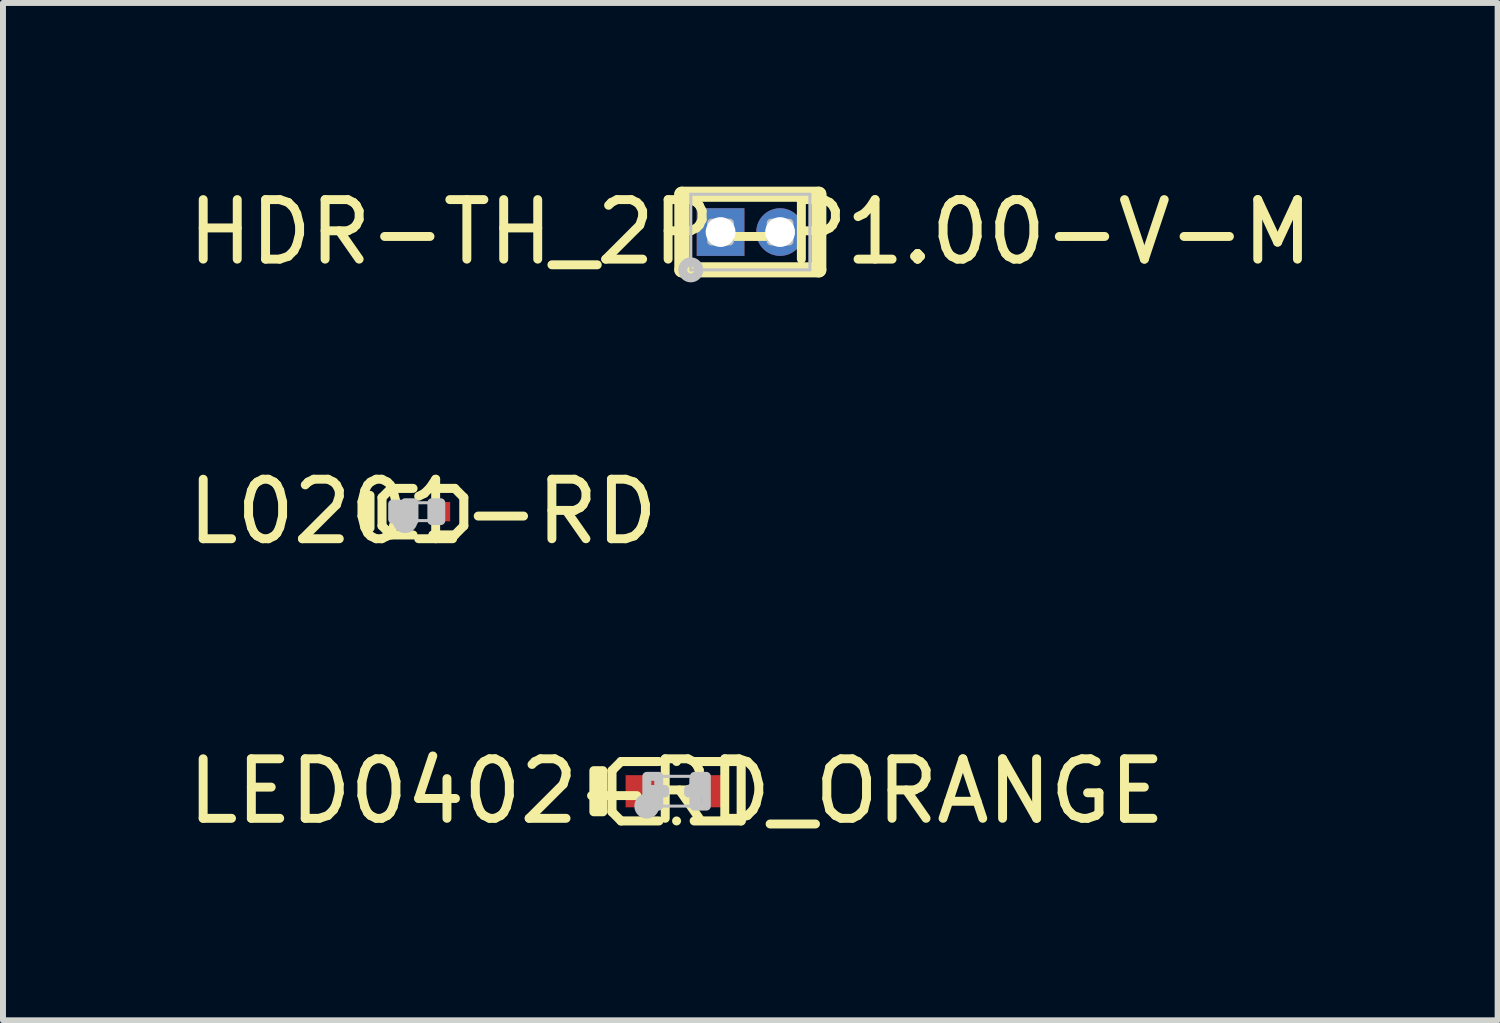
<source format=kicad_pcb>
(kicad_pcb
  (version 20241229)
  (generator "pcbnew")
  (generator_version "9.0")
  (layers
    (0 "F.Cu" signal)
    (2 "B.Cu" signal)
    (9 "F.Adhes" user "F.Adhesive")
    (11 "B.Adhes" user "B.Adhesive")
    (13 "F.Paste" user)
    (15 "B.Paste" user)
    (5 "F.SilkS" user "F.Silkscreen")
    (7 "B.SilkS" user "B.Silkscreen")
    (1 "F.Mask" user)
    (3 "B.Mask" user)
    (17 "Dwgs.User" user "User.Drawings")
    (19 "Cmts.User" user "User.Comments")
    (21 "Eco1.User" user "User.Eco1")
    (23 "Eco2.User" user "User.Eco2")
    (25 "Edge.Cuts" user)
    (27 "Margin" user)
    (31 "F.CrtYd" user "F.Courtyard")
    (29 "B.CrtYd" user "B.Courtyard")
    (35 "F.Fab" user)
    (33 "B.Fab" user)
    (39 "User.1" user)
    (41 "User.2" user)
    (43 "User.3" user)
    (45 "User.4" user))
  (footprint "L0201-RD"
    (layer "F.Cu")
    (at 4.054 5.545)
    (property "Reference" "L0201-RD" (at 0 0 0) (layer "F.SilkS") (effects (font (size 1 1) (thickness 0.15))))
    (fp_line (start -0.889 0.274) (end -0.889 -0.274) (stroke (width 0.152) (type solid)) (layer "F.SilkS"))
    (fp_line (start -0.687 -0.238) (end -0.535 -0.391) (stroke (width 0.152) (type solid)) (layer "F.SilkS"))
    (fp_line (start -0.687 0.238) (end -0.687 -0.238) (stroke (width 0.152) (type solid)) (layer "F.SilkS"))
    (fp_line (start -0.535 -0.391) (end -0.166 -0.391) (stroke (width 0.152) (type solid)) (layer "F.SilkS"))
    (fp_line (start -0.535 0.391) (end -0.687 0.238) (stroke (width 0.152) (type solid)) (layer "F.SilkS"))
    (fp_line (start -0.166 0.391) (end -0.535 0.391) (stroke (width 0.152) (type solid)) (layer "F.SilkS"))
    (fp_line (start 0.166 0.391) (end 0.535 0.391) (stroke (width 0.152) (type solid)) (layer "F.SilkS"))
    (fp_line (start 0.535 -0.391) (end 0.166 -0.391) (stroke (width 0.152) (type solid)) (layer "F.SilkS"))
    (fp_line (start 0.535 0.391) (end 0.687 0.238) (stroke (width 0.152) (type solid)) (layer "F.SilkS"))
    (fp_line (start 0.687 -0.238) (end 0.535 -0.391) (stroke (width 0.152) (type solid)) (layer "F.SilkS"))
    (fp_line (start 0.687 0.238) (end 0.687 -0.238) (stroke (width 0.152) (type solid)) (layer "F.SilkS"))
    (fp_poly (pts (xy -0.081 0.138) (xy -0.081 -0.138) (xy -0.105 -0.162) (xy -0.434 -0.162) (xy -0.458 -0.138) (xy -0.458 0.138) (xy -0.434 0.162) (xy -0.105 0.162) (xy -0.081 0.138)) (stroke (width 0.15) (type solid)) (fill yes) (layer "F.Paste"))
    (fp_poly (pts (xy 0.081 0.138) (xy 0.081 -0.138) (xy 0.105 -0.162) (xy 0.434 -0.162) (xy 0.458 -0.138) (xy 0.458 0.138) (xy 0.434 0.162) (xy 0.105 0.162) (xy 0.081 0.138)) (stroke (width 0.15) (type solid)) (fill yes) (layer "F.Paste"))
    (fp_line (start -0.3 -0.15) (end 0.3 -0.15) (stroke (width 0.051) (type solid)) (layer "Dwgs.User"))
    (fp_line (start -0.3 0.15) (end -0.3 -0.15) (stroke (width 0.051) (type solid)) (layer "Dwgs.User"))
    (fp_line (start 0.3 -0.15) (end 0.3 0.15) (stroke (width 0.051) (type solid)) (layer "Dwgs.User"))
    (fp_line (start 0.3 0.15) (end -0.3 0.15) (stroke (width 0.051) (type solid)) (layer "Dwgs.User"))
    (fp_circle (center -0.3 0.15) (end -0.24 0.15) (stroke (width 0.15) (type solid)) (fill no) (layer "Dwgs.User"))
    (fp_poly (pts (xy -0.508 0.127) (xy -0.381 0.127) (xy -0.381 -0.127) (xy -0.508 -0.127) (xy -0.508 0.127)) (stroke (width 0.15) (type solid)) (fill no) (layer "Dwgs.User"))
    (fp_poly (pts (xy -0.3 0.15) (xy -0.3 -0.15) (xy -0.15 -0.15) (xy -0.15 0.15) (xy -0.3 0.15)) (stroke (width 0.15) (type solid)) (fill no) (layer "Dwgs.User"))
    (fp_poly (pts (xy 0.3 0.15) (xy 0.3 -0.15) (xy 0.15 -0.15) (xy 0.15 0.15) (xy 0.3 0.15)) (stroke (width 0.15) (type solid)) (fill no) (layer "Dwgs.User"))
    (pad "1" smd rect (at -0.274 0) (size 0.368 0.324) (layers "F.Cu" "F.Mask"))
    (pad "2" smd rect (at 0.274 0) (size 0.368 0.324) (layers "F.Cu" "F.Mask")))
  (footprint "LED0402-RD_ORANGE"
    (layer "F.Cu")
    (at 8.315 10.241)
    (property "Reference" "LED0402-RD_ORANGE" (at 0 0 0) (layer "F.SilkS") (effects (font (size 1 1) (thickness 0.15))))
    (fp_line (start -1.085 -0.346) (end -0.933 -0.499) (stroke (width 0.152) (type solid)) (layer "F.SilkS"))
    (fp_line (start -1.085 0.346) (end -1.085 -0.346) (stroke (width 0.152) (type solid)) (layer "F.SilkS"))
    (fp_line (start -0.933 -0.499) (end -0.296 -0.499) (stroke (width 0.152) (type solid)) (layer "F.SilkS"))
    (fp_line (start -0.933 0.499) (end -1.085 0.346) (stroke (width 0.152) (type solid)) (layer "F.SilkS"))
    (fp_line (start -0.296 0.499) (end -0.933 0.499) (stroke (width 0.152) (type solid)) (layer "F.SilkS"))
    (fp_line (start 0.296 0.499) (end 1.085 0.499) (stroke (width 0.152) (type solid)) (layer "F.SilkS"))
    (fp_line (start 1.085 -0.499) (end 0.296 -0.499) (stroke (width 0.152) (type solid)) (layer "F.SilkS"))
    (fp_line (start 1.085 0.499) (end 1.085 -0.499) (stroke (width 0.152) (type solid)) (layer "F.SilkS"))
    (fp_circle (center 0 -0.499) (end 0.038 -0.499) (stroke (width 0.076) (type solid)) (fill no) (layer "F.SilkS"))
    (fp_circle (center 0 0.499) (end 0.038 0.499) (stroke (width 0.076) (type solid)) (fill no) (layer "F.SilkS"))
    (fp_poly (pts (xy -1.238 0.346) (xy -1.238 -0.346) (xy -1.39 -0.346) (xy -1.39 0.346) (xy -1.238 0.346)) (stroke (width 0.15) (type solid)) (fill yes) (layer "F.SilkS"))
    (fp_poly (pts (xy -0.198 0.23) (xy -0.198 -0.23) (xy -0.238 -0.27) (xy -0.817 -0.27) (xy -0.857 -0.23) (xy -0.857 0.23) (xy -0.817 0.27) (xy -0.238 0.27) (xy -0.198 0.23)) (stroke (width 0.15) (type solid)) (fill yes) (layer "F.Paste"))
    (fp_poly (pts (xy 0.198 0.23) (xy 0.198 -0.23) (xy 0.238 -0.27) (xy 0.817 -0.27) (xy 0.857 -0.23) (xy 0.857 0.23) (xy 0.817 0.27) (xy 0.238 0.27) (xy 0.198 0.23)) (stroke (width 0.15) (type solid)) (fill yes) (layer "F.Paste"))
    (fp_line (start -0.5 -0.25) (end 0.5 -0.25) (stroke (width 0.051) (type solid)) (layer "Dwgs.User"))
    (fp_line (start -0.5 0.25) (end -0.5 -0.25) (stroke (width 0.051) (type solid)) (layer "Dwgs.User"))
    (fp_line (start 0.5 -0.25) (end 0.5 0.25) (stroke (width 0.051) (type solid)) (layer "Dwgs.User"))
    (fp_line (start 0.5 0.25) (end -0.5 0.25) (stroke (width 0.051) (type solid)) (layer "Dwgs.User"))
    (fp_circle (center -0.5 0.25) (end -0.44 0.25) (stroke (width 0.15) (type solid)) (fill no) (layer "Dwgs.User"))
    (fp_poly (pts (xy -0.5 0.25) (xy -0.5 -0.25) (xy -0.3 -0.25) (xy -0.3 0.25) (xy -0.5 0.25)) (stroke (width 0.15) (type solid)) (fill no) (layer "Dwgs.User"))
    (fp_poly (pts (xy -0.44 0.03) (xy -0.44 -0.03) (xy -0.2 -0.03) (xy -0.2 0.03) (xy -0.44 0.03)) (stroke (width 0.15) (type solid)) (fill no) (layer "Dwgs.User"))
    (fp_poly (pts (xy 0.35 0.2) (xy 0.35 -0.2) (xy 0.29 -0.2) (xy 0.29 0.2) (xy 0.35 0.2)) (stroke (width 0.15) (type solid)) (fill no) (layer "Dwgs.User"))
    (fp_poly (pts (xy 0.44 0.03) (xy 0.44 -0.03) (xy 0.2 -0.03) (xy 0.2 0.03) (xy 0.44 0.03)) (stroke (width 0.15) (type solid)) (fill no) (layer "Dwgs.User"))
    (fp_poly (pts (xy 0.5 0.25) (xy 0.5 -0.25) (xy 0.3 -0.25) (xy 0.3 0.25) (xy 0.5 0.25)) (stroke (width 0.15) (type solid)) (fill no) (layer "Dwgs.User"))
    (pad "1" smd rect (at -0.538 0) (size 0.636 0.54) (layers "F.Cu" "F.Mask"))
    (pad "2" smd rect (at 0.538 0) (size 0.636 0.54) (layers "F.Cu" "F.Mask")))
  (footprint "HDR-TH_2P-P1.00-V-M"
    (layer "F.Cu")
    (at 9.554 0.848)
    (property "Reference" "HDR-TH_2P-P1.00-V-M" (at 0 0 0) (layer "F.SilkS") (effects (font (size 1 1) (thickness 0.15))))
    (fp_line (start -1.15 -0.635) (end -1.15 0.635) (stroke (width 0.254) (type solid)) (layer "F.SilkS"))
    (fp_line (start 1.15 -0.635) (end -1.15 -0.635) (stroke (width 0.254) (type solid)) (layer "F.SilkS"))
    (fp_line (start 1.15 -0.635) (end 1.15 0.635) (stroke (width 0.254) (type solid)) (layer "F.SilkS"))
    (fp_line (start 1.15 0.635) (end -1.15 0.635) (stroke (width 0.254) (type solid)) (layer "F.SilkS"))
    (fp_line (start -1 -0.635) (end 1 -0.635) (stroke (width 0.051) (type solid)) (layer "Dwgs.User"))
    (fp_line (start -1 0.635) (end -1 -0.635) (stroke (width 0.051) (type solid)) (layer "Dwgs.User"))
    (fp_line (start 1 -0.635) (end 1 0.635) (stroke (width 0.051) (type solid)) (layer "Dwgs.User"))
    (fp_line (start 1 0.635) (end -1 0.635) (stroke (width 0.051) (type solid)) (layer "Dwgs.User"))
    (fp_circle (center -1 0.635) (end -0.94 0.635) (stroke (width 0.15) (type solid)) (fill no) (layer "Dwgs.User"))
    (fp_poly (pts (xy -0.65 0.15) (xy -0.65 -0.15) (xy -0.35 -0.15) (xy -0.35 0.15) (xy -0.65 0.15)) (stroke (width 0.15) (type solid)) (fill no) (layer "Dwgs.User"))
    (fp_poly (pts (xy 0.35 0.15) (xy 0.35 -0.15) (xy 0.65 -0.15) (xy 0.65 0.15) (xy 0.35 0.15)) (stroke (width 0.15) (type solid)) (fill no) (layer "Dwgs.User"))
    (pad "1" thru_hole rect (at -0.5 0 270) (size 0.8 0.8) (drill 0.5) (layers "*.Cu" "*.Mask"))
    (pad "2" thru_hole oval (at 0.5 0 270) (size 0.8 0.8) (drill 0.5) (layers "*.Cu" "*.Mask")))
  (gr_rect
    (start -3 -3)
    (end 22.107 14.089)
    (stroke (width 0.1) (type default))
    (fill no)
    (layer "Edge.Cuts")))
</source>
